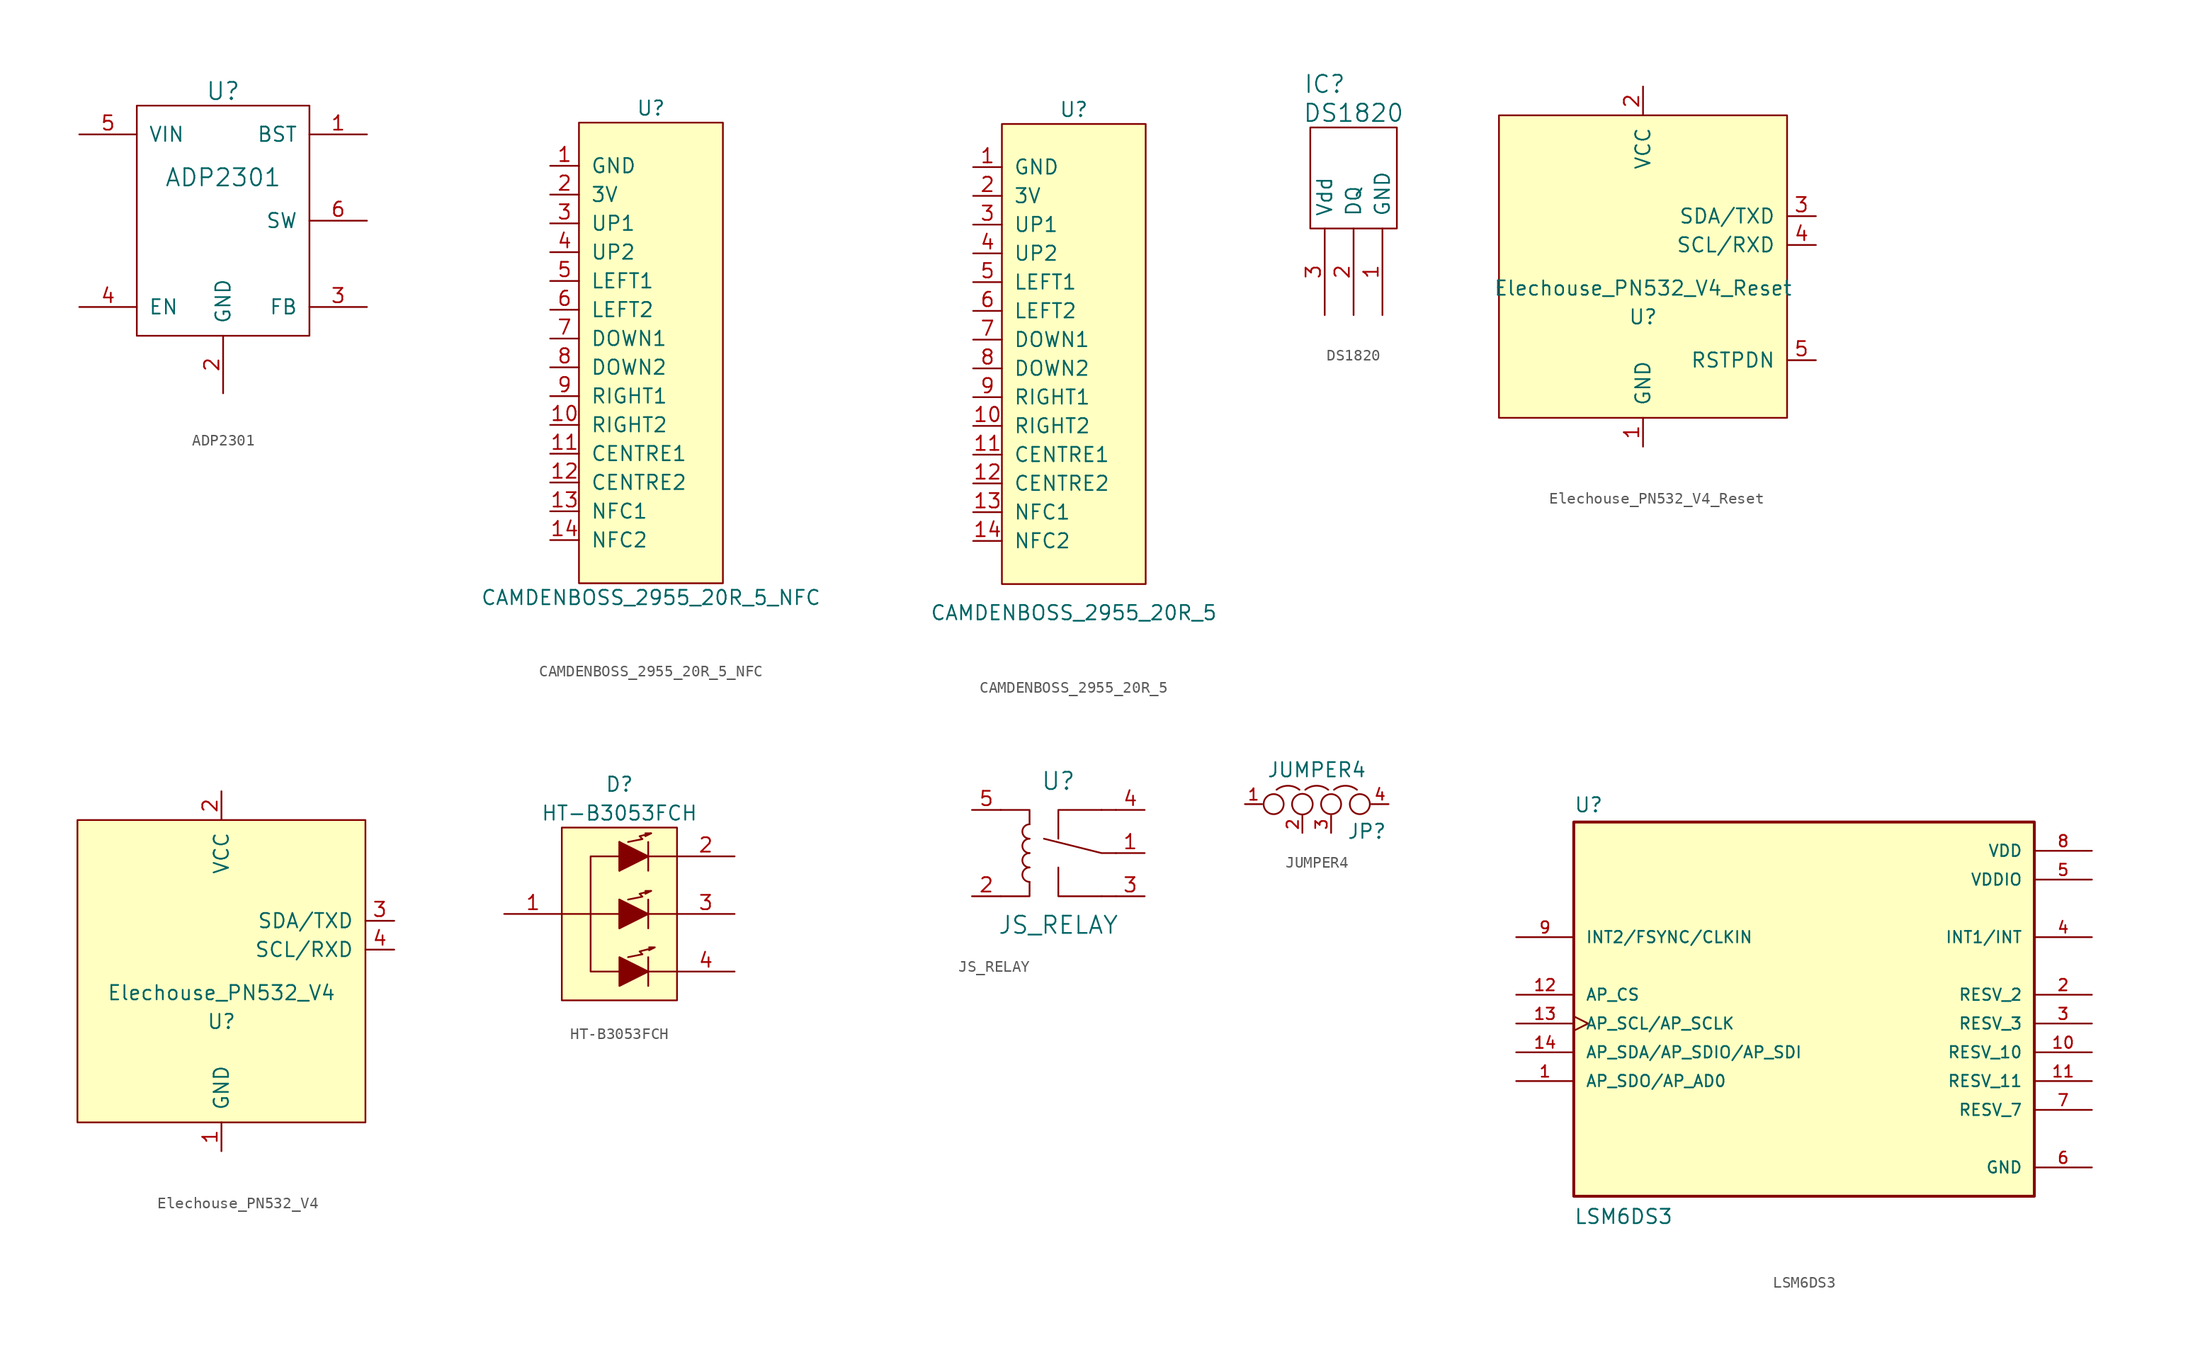
<source format=kicad_sym>
(kicad_symbol_lib
  (version 20220914)
  (generator kicad_symbol_editor)
  (symbol "ADP2301"
    (pin_names
      (offset 1.016))
    (property "Reference" "U"
      (at 0 11.43 0)
      (effects (font (size 1.524 1.524))))
    (property "Value" "ADP2301"
      (at 0 3.81 0)
      (effects (font (size 1.524 1.524))))
    (property "Footprint" ""
      (at 1.27 -1.27 0)
      (effects (font (size 1.524 1.524))))
    (property "Datasheet" ""
      (at 1.27 -1.27 0)
      (effects (font (size 1.524 1.524))))
    (symbol "ADP2301_0_1"
      (rectangle (start 7.62 10.16) (end -7.62 -10.16) (stroke (width 0) (type solid)) (fill (type none))))
    (symbol "ADP2301_1_1"
      (pin input line (at 12.7 7.62 180) (length 5.08) (name "BST" (effects (font (size 1.27 1.27)))) (number "1" (effects (font (size 1.27 1.27)))))
      (pin input line (at 0 -15.24 90) (length 5.08) (name "GND" (effects (font (size 1.27 1.27)))) (number "2" (effects (font (size 1.27 1.27)))))
      (pin input line (at 12.7 -7.62 180) (length 5.08) (name "FB" (effects (font (size 1.27 1.27)))) (number "3" (effects (font (size 1.27 1.27)))))
      (pin input line (at -12.7 -7.62 0) (length 5.08) (name "EN" (effects (font (size 1.27 1.27)))) (number "4" (effects (font (size 1.27 1.27)))))
      (pin input line (at -12.7 7.62 0) (length 5.08) (name "VIN" (effects (font (size 1.27 1.27)))) (number "5" (effects (font (size 1.27 1.27)))))
      (pin input line (at 12.7 0 180) (length 5.08) (name "SW" (effects (font (size 1.27 1.27)))) (number "6" (effects (font (size 1.27 1.27)))))))
  (symbol "CAMDENBOSS_2955_20R_5_NFC"
    (pin_names
      (offset 1.016))
    (property "Reference" "U"
      (at 0 21.59 0)
      (effects (font (size 1.27 1.27))))
    (property "Value" "CAMDENBOSS_2955_20R_5_NFC"
      (at 0 -21.59 0)
      (effects (font (size 1.27 1.27))))
    (symbol "CAMDENBOSS_2955_20R_5_NFC_0_0"
      (pin passive line (at -8.89 -6.35 0) (length 2.54) (name "RIGHT2" (effects (font (size 1.27 1.27)))) (number "10" (effects (font (size 1.27 1.27)))))
      (pin passive line (at -8.89 -8.89 0) (length 2.54) (name "CENTRE1" (effects (font (size 1.27 1.27)))) (number "11" (effects (font (size 1.27 1.27)))))
      (pin passive line (at -8.89 -11.43 0) (length 2.54) (name "CENTRE2" (effects (font (size 1.27 1.27)))) (number "12" (effects (font (size 1.27 1.27)))))
      (pin passive line (at -8.89 8.89 0) (length 2.54) (name "UP2" (effects (font (size 1.27 1.27)))) (number "4" (effects (font (size 1.27 1.27)))))
      (pin passive line (at -8.89 6.35 0) (length 2.54) (name "LEFT1" (effects (font (size 1.27 1.27)))) (number "5" (effects (font (size 1.27 1.27)))))
      (pin passive line (at -8.89 3.81 0) (length 2.54) (name "LEFT2" (effects (font (size 1.27 1.27)))) (number "6" (effects (font (size 1.27 1.27)))))
      (pin passive line (at -8.89 1.27 0) (length 2.54) (name "DOWN1" (effects (font (size 1.27 1.27)))) (number "7" (effects (font (size 1.27 1.27)))))
      (pin passive line (at -8.89 -1.27 0) (length 2.54) (name "DOWN2" (effects (font (size 1.27 1.27)))) (number "8" (effects (font (size 1.27 1.27)))))
      (pin passive line (at -8.89 -3.81 0) (length 2.54) (name "RIGHT1" (effects (font (size 1.27 1.27)))) (number "9" (effects (font (size 1.27 1.27))))))
    (symbol "CAMDENBOSS_2955_20R_5_NFC_0_1"
      (rectangle (start -6.35 20.32) (end 6.35 -20.32) (stroke (width 0) (type solid)) (fill (type background))))
    (symbol "CAMDENBOSS_2955_20R_5_NFC_1_1"
      (pin power_out line (at -8.89 16.51 0) (length 2.54) (name "GND" (effects (font (size 1.27 1.27)))) (number "1" (effects (font (size 1.27 1.27)))))
      (pin passive line (at -8.89 -13.97 0) (length 2.54) (name "NFC1" (effects (font (size 1.27 1.27)))) (number "13" (effects (font (size 1.27 1.27)))))
      (pin passive line (at -8.89 -16.51 0) (length 2.54) (name "NFC2" (effects (font (size 1.27 1.27)))) (number "14" (effects (font (size 1.27 1.27)))))
      (pin power_out line (at -8.89 13.97 0) (length 2.54) (name "3V" (effects (font (size 1.27 1.27)))) (number "2" (effects (font (size 1.27 1.27)))))
      (pin passive line (at -8.89 11.43 0) (length 2.54) (name "UP1" (effects (font (size 1.27 1.27)))) (number "3" (effects (font (size 1.27 1.27)))))))
  (symbol "CAMDENBOSS_2955_20R_5"
    (pin_names
      (offset 1.016))
    (property "Reference" "U"
      (at 0 21.59 0)
      (effects (font (size 1.27 1.27))))
    (property "Value" "CAMDENBOSS_2955_20R_5"
      (at 0 -22.86 0)
      (effects (font (size 1.27 1.27))))
    (symbol "CAMDENBOSS_2955_20R_5_0_0"
      (pin passive line (at -8.89 -6.35 0) (length 2.54) (name "RIGHT2" (effects (font (size 1.27 1.27)))) (number "10" (effects (font (size 1.27 1.27)))))
      (pin passive line (at -8.89 -8.89 0) (length 2.54) (name "CENTRE1" (effects (font (size 1.27 1.27)))) (number "11" (effects (font (size 1.27 1.27)))))
      (pin passive line (at -8.89 -11.43 0) (length 2.54) (name "CENTRE2" (effects (font (size 1.27 1.27)))) (number "12" (effects (font (size 1.27 1.27)))))
      (pin passive line (at -8.89 8.89 0) (length 2.54) (name "UP2" (effects (font (size 1.27 1.27)))) (number "4" (effects (font (size 1.27 1.27)))))
      (pin passive line (at -8.89 6.35 0) (length 2.54) (name "LEFT1" (effects (font (size 1.27 1.27)))) (number "5" (effects (font (size 1.27 1.27)))))
      (pin passive line (at -8.89 3.81 0) (length 2.54) (name "LEFT2" (effects (font (size 1.27 1.27)))) (number "6" (effects (font (size 1.27 1.27)))))
      (pin passive line (at -8.89 1.27 0) (length 2.54) (name "DOWN1" (effects (font (size 1.27 1.27)))) (number "7" (effects (font (size 1.27 1.27)))))
      (pin passive line (at -8.89 -1.27 0) (length 2.54) (name "DOWN2" (effects (font (size 1.27 1.27)))) (number "8" (effects (font (size 1.27 1.27)))))
      (pin passive line (at -8.89 -3.81 0) (length 2.54) (name "RIGHT1" (effects (font (size 1.27 1.27)))) (number "9" (effects (font (size 1.27 1.27))))))
    (symbol "CAMDENBOSS_2955_20R_5_0_1"
      (rectangle (start -6.35 20.32) (end 6.35 -20.32) (stroke (width 0) (type solid)) (fill (type background))))
    (symbol "CAMDENBOSS_2955_20R_5_1_1"
      (pin power_out line (at -8.89 16.51 0) (length 2.54) (name "GND" (effects (font (size 1.27 1.27)))) (number "1" (effects (font (size 1.27 1.27)))))
      (pin passive line (at -8.89 -13.97 0) (length 2.54) (name "NFC1" (effects (font (size 1.27 1.27)))) (number "13" (effects (font (size 1.27 1.27)))))
      (pin passive line (at -8.89 -16.51 0) (length 2.54) (name "NFC2" (effects (font (size 1.27 1.27)))) (number "14" (effects (font (size 1.27 1.27)))))
      (pin power_out line (at -8.89 13.97 0) (length 2.54) (name "3V" (effects (font (size 1.27 1.27)))) (number "2" (effects (font (size 1.27 1.27)))))
      (pin passive line (at -8.89 11.43 0) (length 2.54) (name "UP1" (effects (font (size 1.27 1.27)))) (number "3" (effects (font (size 1.27 1.27)))))))
  (symbol "DS1820"
    (pin_names
      (offset 1.016))
    (property "Reference" "IC"
      (at -2.54 10.16 0)
      (effects (font (size 1.524 1.524))))
    (property "Value" "DS1820"
      (at 0 7.62 0)
      (effects (font (size 1.524 1.524))))
    (property "Footprint" ""
      (at 0 0 0)
      (effects (font (size 1.524 1.524))))
    (property "Datasheet" ""
      (at 0 0 0)
      (effects (font (size 1.524 1.524))))
    (symbol "DS1820_0_1"
      (rectangle (start 3.81 -2.54) (end -3.81 6.35) (stroke (width 0) (type solid)) (fill (type none))))
    (symbol "DS1820_1_1"
      (pin power_in line (at 2.54 -10.16 90) (length 7.62) (name "GND" (effects (font (size 1.27 1.27)))) (number "1" (effects (font (size 1.27 1.27)))))
      (pin bidirectional line (at 0 -10.16 90) (length 7.62) (name "DQ" (effects (font (size 1.27 1.27)))) (number "2" (effects (font (size 1.27 1.27)))))
      (pin power_in line (at -2.54 -10.16 90) (length 7.62) (name "Vdd" (effects (font (size 1.27 1.27)))) (number "3" (effects (font (size 1.27 1.27)))))))
  (symbol "Elechouse_PN532_V4_Reset"
    (pin_names
      (offset 1.016))
    (property "Reference" "U"
      (at 0 -1.27 0)
      (effects (font (size 1.27 1.27))))
    (property "Value" "Elechouse_PN532_V4_Reset"
      (at 0 1.27 0)
      (effects (font (size 1.27 1.27))))
    (symbol "Elechouse_PN532_V4_Reset_0_1"
      (rectangle (start -12.7 16.51) (end 12.7 -10.16) (stroke (width 0) (type solid)) (fill (type background))))
    (symbol "Elechouse_PN532_V4_Reset_1_1"
      (pin power_in line (at 0 -12.7 90) (length 2.54) (name "GND" (effects (font (size 1.27 1.27)))) (number "1" (effects (font (size 1.27 1.27)))))
      (pin power_in line (at 0 19.05 270) (length 2.54) (name "VCC" (effects (font (size 1.27 1.27)))) (number "2" (effects (font (size 1.27 1.27)))))
      (pin bidirectional line (at 15.24 7.62 180) (length 2.54) (name "SDA/TXD" (effects (font (size 1.27 1.27)))) (number "3" (effects (font (size 1.27 1.27)))))
      (pin bidirectional line (at 15.24 5.08 180) (length 2.54) (name "SCL/RXD" (effects (font (size 1.27 1.27)))) (number "4" (effects (font (size 1.27 1.27)))))
      (pin input line (at 15.24 -5.08 180) (length 2.54) (name "RSTPDN" (effects (font (size 1.27 1.27)))) (number "5" (effects (font (size 1.27 1.27)))))))
  (symbol "Elechouse_PN532_V4"
    (pin_names
      (offset 1.016))
    (property "Reference" "U"
      (at 0 -1.27 0)
      (effects (font (size 1.27 1.27))))
    (property "Value" "Elechouse_PN532_V4"
      (at 0 1.27 0)
      (effects (font (size 1.27 1.27))))
    (symbol "Elechouse_PN532_V4_0_1"
      (rectangle (start -12.7 16.51) (end 12.7 -10.16) (stroke (width 0) (type solid)) (fill (type background))))
    (symbol "Elechouse_PN532_V4_1_1"
      (pin power_in line (at 0 -12.7 90) (length 2.54) (name "GND" (effects (font (size 1.27 1.27)))) (number "1" (effects (font (size 1.27 1.27)))))
      (pin power_in line (at 0 19.05 270) (length 2.54) (name "VCC" (effects (font (size 1.27 1.27)))) (number "2" (effects (font (size 1.27 1.27)))))
      (pin bidirectional line (at 15.24 7.62 180) (length 2.54) (name "SDA/TXD" (effects (font (size 1.27 1.27)))) (number "3" (effects (font (size 1.27 1.27)))))
      (pin bidirectional line (at 15.24 5.08 180) (length 2.54) (name "SCL/RXD" (effects (font (size 1.27 1.27)))) (number "4" (effects (font (size 1.27 1.27)))))))
  (symbol "HT-B3053FCH"
    (pin_names
      (offset 1.016) hide)
    (property "Reference" "D"
      (at 0 11.43 0)
      (effects (font (size 1.27 1.27))))
    (property "Value" "HT-B3053FCH"
      (at 0 8.89 0)
      (effects (font (size 1.27 1.27))))
    (property "Footprint" ""
      (at 1.27 -1.27 0)
      (effects (font (size 1.524 1.524))))
    (property "Datasheet" ""
      (at 1.27 -1.27 0)
      (effects (font (size 1.524 1.524))))
    (symbol "HT-B3053FCH_0_1"
      (rectangle (start -5.08 7.62) (end 5.08 -7.62) (stroke (width 0) (type solid)) (fill (type background)))
      (rectangle (start 0 -1.27) (end 0 1.27) (stroke (width 0) (type solid)) (fill (type none)))
      (polyline (pts (xy 0 0) (xy -5.08 0)) (stroke (width 0) (type solid)) (fill (type none)))
      (polyline (pts (xy 2.54 -5.08) (xy 5.08 -5.08)) (stroke (width 0) (type solid)) (fill (type none)))
      (polyline (pts (xy 2.54 -3.81) (xy 2.54 -6.35)) (stroke (width 0) (type solid)) (fill (type none)))
      (polyline (pts (xy 2.54 0) (xy 5.08 0)) (stroke (width 0) (type solid)) (fill (type none)))
      (polyline (pts (xy 2.54 5.08) (xy 5.08 5.08)) (stroke (width 0) (type solid)) (fill (type none)))
      (polyline (pts (xy 2.54 1.27) (xy 2.54 -1.27) (xy 2.54 -1.27)) (stroke (width 0) (type solid)) (fill (type none)))
      (polyline (pts (xy 2.54 6.35) (xy 2.54 3.81) (xy 2.54 3.81)) (stroke (width 0) (type solid)) (fill (type none)))
      (polyline (pts (xy 2.286 2.032) (xy 2.794 2.032) (xy 2.286 1.778) (xy 2.286 1.778)) (stroke (width 0) (type solid)) (fill (type none)))
      (polyline (pts (xy 2.286 7.112) (xy 2.794 7.112) (xy 2.286 6.858) (xy 2.286 6.858)) (stroke (width 0) (type solid)) (fill (type none)))
      (polyline (pts (xy 2.616 -2.946) (xy 3.124 -2.946) (xy 2.616 -3.2) (xy 2.616 -3.2)) (stroke (width 0) (type solid)) (fill (type none)))
      (polyline (pts (xy 0 -3.81) (xy 0 -6.35) (xy 2.54 -5.08) (xy 0 -3.81) (xy 0 -3.81)) (stroke (width 0) (type solid)) (fill (type outline)))
      (polyline (pts (xy 0 5.08) (xy -2.54 5.08) (xy -2.54 0) (xy -2.54 -5.08) (xy 0 -5.08)) (stroke (width 0) (type solid)) (fill (type none)))
      (polyline (pts (xy 0.762 -3.81) (xy 2.032 -3.556) (xy 1.778 -3.302) (xy 2.794 -3.048) (xy 2.794 -3.048)) (stroke (width 0) (type solid)) (fill (type none)))
      (polyline (pts (xy 0 1.27) (xy 0 -1.27) (xy 2.54 0) (xy 0 1.27) (xy 0 1.27) (xy 0 1.27)) (stroke (width 0) (type solid)) (fill (type outline)))
      (polyline (pts (xy 0 6.35) (xy 0 3.81) (xy 2.54 5.08) (xy 0 6.35) (xy 0 6.35) (xy 0 6.35)) (stroke (width 0) (type solid)) (fill (type outline)))
      (polyline (pts (xy 0.762 1.27) (xy 2.032 1.524) (xy 1.778 1.778) (xy 2.794 2.032) (xy 2.794 2.032) (xy 2.794 2.032)) (stroke (width 0) (type solid)) (fill (type none)))
      (polyline (pts (xy 0.762 6.35) (xy 2.032 6.604) (xy 1.778 6.858) (xy 2.794 7.112) (xy 2.794 7.112) (xy 2.794 7.112)) (stroke (width 0) (type solid)) (fill (type none)))
      (rectangle (start 0 1.27) (end 0 1.27) (stroke (width 0) (type solid)) (fill (type none)))
      (rectangle (start 0 3.81) (end 0 6.35) (stroke (width 0) (type solid)) (fill (type none)))
      (rectangle (start 0 6.35) (end 0 6.35) (stroke (width 0) (type solid)) (fill (type none))))
    (symbol "HT-B3053FCH_1_1"
      (pin input line (at -10.16 0 0) (length 5.08) (name "COMMON_ANODE" (effects (font (size 1.27 1.27)))) (number "1" (effects (font (size 1.27 1.27)))))
      (pin input line (at 10.16 5.08 180) (length 5.08) (name "RED_CATHODE" (effects (font (size 1.27 1.27)))) (number "2" (effects (font (size 1.27 1.27)))))
      (pin input line (at 10.16 0 180) (length 5.08) (name "GREEN_CATHODE" (effects (font (size 1.27 1.27)))) (number "3" (effects (font (size 1.27 1.27)))))
      (pin input line (at 10.16 -5.08 180) (length 5.08) (name "BLUE_CATHODE" (effects (font (size 1.27 1.27)))) (number "4" (effects (font (size 1.27 1.27)))))))
  (symbol "JS_RELAY"
    (pin_names
      (offset 1.016))
    (property "Reference" "U"
      (at 0 6.35 0)
      (effects (font (size 1.524 1.524))))
    (property "Value" "JS_RELAY"
      (at 0 -6.35 0)
      (effects (font (size 1.524 1.524))))
    (property "Footprint" ""
      (at -19.05 5.08 0)
      (effects (font (size 1.524 1.524))))
    (property "Datasheet" ""
      (at -19.05 5.08 0)
      (effects (font (size 1.524 1.524))))
    (symbol "JS_RELAY_0_1"
      (arc (start -2.54 -1.27) (mid -3.1723 -1.905) (end -2.54 -2.54) (stroke (width 0) (type solid)) (fill (type none)))
      (arc (start -2.54 0) (mid -3.1723 -0.635) (end -2.54 -1.27) (stroke (width 0) (type solid)) (fill (type none)))
      (arc (start -2.54 1.27) (mid -3.1723 0.635) (end -2.54 0) (stroke (width 0) (type solid)) (fill (type none)))
      (arc (start -2.54 2.54) (mid -3.1723 1.905) (end -2.54 1.27) (stroke (width 0) (type solid)) (fill (type none)))
      (polyline (pts (xy 3.81 -3.81) (xy 5.08 -3.81)) (stroke (width 0) (type solid)) (fill (type none)))
      (polyline (pts (xy 3.81 3.81) (xy 5.08 3.81)) (stroke (width 0) (type solid)) (fill (type none)))
      (polyline (pts (xy -2.54 -2.54) (xy -2.54 -3.81) (xy -5.08 -3.81)) (stroke (width 0) (type solid)) (fill (type none)))
      (polyline (pts (xy -2.54 2.54) (xy -2.54 3.81) (xy -5.08 3.81)) (stroke (width 0) (type solid)) (fill (type none)))
      (polyline (pts (xy -1.27 1.27) (xy 3.81 0) (xy 5.08 0)) (stroke (width 0) (type solid)) (fill (type none)))
      (polyline (pts (xy 0 -1.27) (xy 0 -3.81) (xy 3.81 -3.81)) (stroke (width 0) (type solid)) (fill (type none)))
      (polyline (pts (xy 0 1.27) (xy 0 3.81) (xy 3.81 3.81)) (stroke (width 0) (type solid)) (fill (type none))))
    (symbol "JS_RELAY_1_1"
      (pin input line (at 7.62 0 180) (length 2.54) (name "~" (effects (font (size 1.27 1.27)))) (number "1" (effects (font (size 1.27 1.27)))))
      (pin input line (at -7.62 -3.81 0) (length 2.54) (name "~" (effects (font (size 1.27 1.27)))) (number "2" (effects (font (size 1.27 1.27)))))
      (pin input line (at 7.62 -3.81 180) (length 2.54) (name "~" (effects (font (size 1.27 1.27)))) (number "3" (effects (font (size 1.27 1.27)))))
      (pin input line (at 7.62 3.81 180) (length 2.54) (name "~" (effects (font (size 1.27 1.27)))) (number "4" (effects (font (size 1.27 1.27)))))
      (pin input line (at -7.62 3.81 0) (length 2.54) (name "~" (effects (font (size 1.27 1.27)))) (number "5" (effects (font (size 1.27 1.27)))))))
  (symbol "JUMPER4"
    (pin_names
      (offset 0.762) hide)
    (property "Reference" "JP"
      (at 2.667 -2.413 0)
      (effects (font (size 1.27 1.27)) (justify left)))
    (property "Value" "JUMPER4"
      (at 0 2.286 0)
      (effects (font (size 1.27 1.27)) (justify bottom)))
    (property "Footprint" ""
      (at -1.143 0 0)
      (effects (font (size 1.524 1.524))))
    (property "Datasheet" ""
      (at -1.143 0 0)
      (effects (font (size 1.524 1.524))))
    (symbol "JUMPER4_0_1"
      (circle (center -3.81 0) (radius 0.889) (stroke (width 0) (type solid)) (fill (type none)))
      (arc (start -1.524 1.27) (mid -2.54 1.6264) (end -3.556 1.27) (stroke (width 0) (type solid)) (fill (type none)))
      (circle (center -1.27 0) (radius 0.914) (stroke (width 0) (type solid)) (fill (type none)))
      (arc (start 1.016 1.27) (mid 0 1.6264) (end -1.016 1.27) (stroke (width 0) (type solid)) (fill (type none)))
      (circle (center 1.27 0) (radius 0.889) (stroke (width 0) (type solid)) (fill (type none)))
      (arc (start 3.556 1.27) (mid 2.54 1.6264) (end 1.524 1.27) (stroke (width 0) (type solid)) (fill (type none)))
      (circle (center 3.81 0) (radius 0.889) (stroke (width 0) (type solid)) (fill (type none)))
      (pin passive line (at -6.35 0 0) (length 1.524) (name "1" (effects (font (size 1.016 1.016)))) (number "1" (effects (font (size 1.016 1.016)))))
      (pin passive line (at -1.27 -2.54 90) (length 1.524) (name "2" (effects (font (size 1.016 1.016)))) (number "2" (effects (font (size 1.016 1.016)))))
      (pin passive line (at 1.27 -2.54 90) (length 1.524) (name "3" (effects (font (size 1.016 1.016)))) (number "3" (effects (font (size 1.016 1.016)))))
      (pin passive line (at 6.35 0 180) (length 1.524) (name "4" (effects (font (size 1.016 1.016)))) (number "4" (effects (font (size 1.016 1.016)))))))
  (symbol "LSM6DS3"
    (pin_names
      (offset 1.016))
    (property "Reference" "U"
      (at -20.32 16.002 0)
      (effects (font (size 1.27 1.27)) (justify left bottom)))
    (property "Value" "LSM6DS3"
      (at -20.32 -20.32 0)
      (effects (font (size 1.27 1.27)) (justify left bottom)))
    (property "ki_locked" ""
      (at 0 0 0)
      (effects (font (size 1.27 1.27))))
    (symbol "LSM6DS3_0_0"
      (rectangle (start -20.32 -17.78) (end 20.32 15.24) (stroke (width 0.254) (type solid)) (fill (type background)))
      (pin bidirectional line (at -25.4 -7.62 0) (length 5.08) (name "AP_SDO/AP_AD0" (effects (font (size 1.016 1.016)))) (number "1" (effects (font (size 1.016 1.016)))))
      (pin passive line (at 25.4 -5.08 180) (length 5.08) (name "RESV_10" (effects (font (size 1.016 1.016)))) (number "10" (effects (font (size 1.016 1.016)))))
      (pin passive line (at 25.4 -7.62 180) (length 5.08) (name "RESV_11" (effects (font (size 1.016 1.016)))) (number "11" (effects (font (size 1.016 1.016)))))
      (pin input line (at -25.4 0 0) (length 5.08) (name "AP_CS" (effects (font (size 1.016 1.016)))) (number "12" (effects (font (size 1.016 1.016)))))
      (pin input clock (at -25.4 -2.54 0) (length 5.08) (name "AP_SCL/AP_SCLK" (effects (font (size 1.016 1.016)))) (number "13" (effects (font (size 1.016 1.016)))))
      (pin bidirectional line (at -25.4 -5.08 0) (length 5.08) (name "AP_SDA/AP_SDIO/AP_SDI" (effects (font (size 1.016 1.016)))) (number "14" (effects (font (size 1.016 1.016)))))
      (pin passive line (at 25.4 0 180) (length 5.08) (name "RESV_2" (effects (font (size 1.016 1.016)))) (number "2" (effects (font (size 1.016 1.016)))))
      (pin passive line (at 25.4 -2.54 180) (length 5.08) (name "RESV_3" (effects (font (size 1.016 1.016)))) (number "3" (effects (font (size 1.016 1.016)))))
      (pin output line (at 25.4 5.08 180) (length 5.08) (name "INT1/INT" (effects (font (size 1.016 1.016)))) (number "4" (effects (font (size 1.016 1.016)))))
      (pin power_in line (at 25.4 10.16 180) (length 5.08) (name "VDDIO" (effects (font (size 1.016 1.016)))) (number "5" (effects (font (size 1.016 1.016)))))
      (pin power_in line (at 25.4 -15.24 180) (length 5.08) (name "GND" (effects (font (size 1.016 1.016)))) (number "6" (effects (font (size 1.016 1.016)))))
      (pin passive line (at 25.4 -10.16 180) (length 5.08) (name "RESV_7" (effects (font (size 1.016 1.016)))) (number "7" (effects (font (size 1.016 1.016)))))
      (pin power_in line (at 25.4 12.7 180) (length 5.08) (name "VDD" (effects (font (size 1.016 1.016)))) (number "8" (effects (font (size 1.016 1.016)))))
      (pin bidirectional line (at -25.4 5.08 0) (length 5.08) (name "INT2/FSYNC/CLKIN" (effects (font (size 1.016 1.016)))) (number "9" (effects (font (size 1.016 1.016))))))))
</source>
